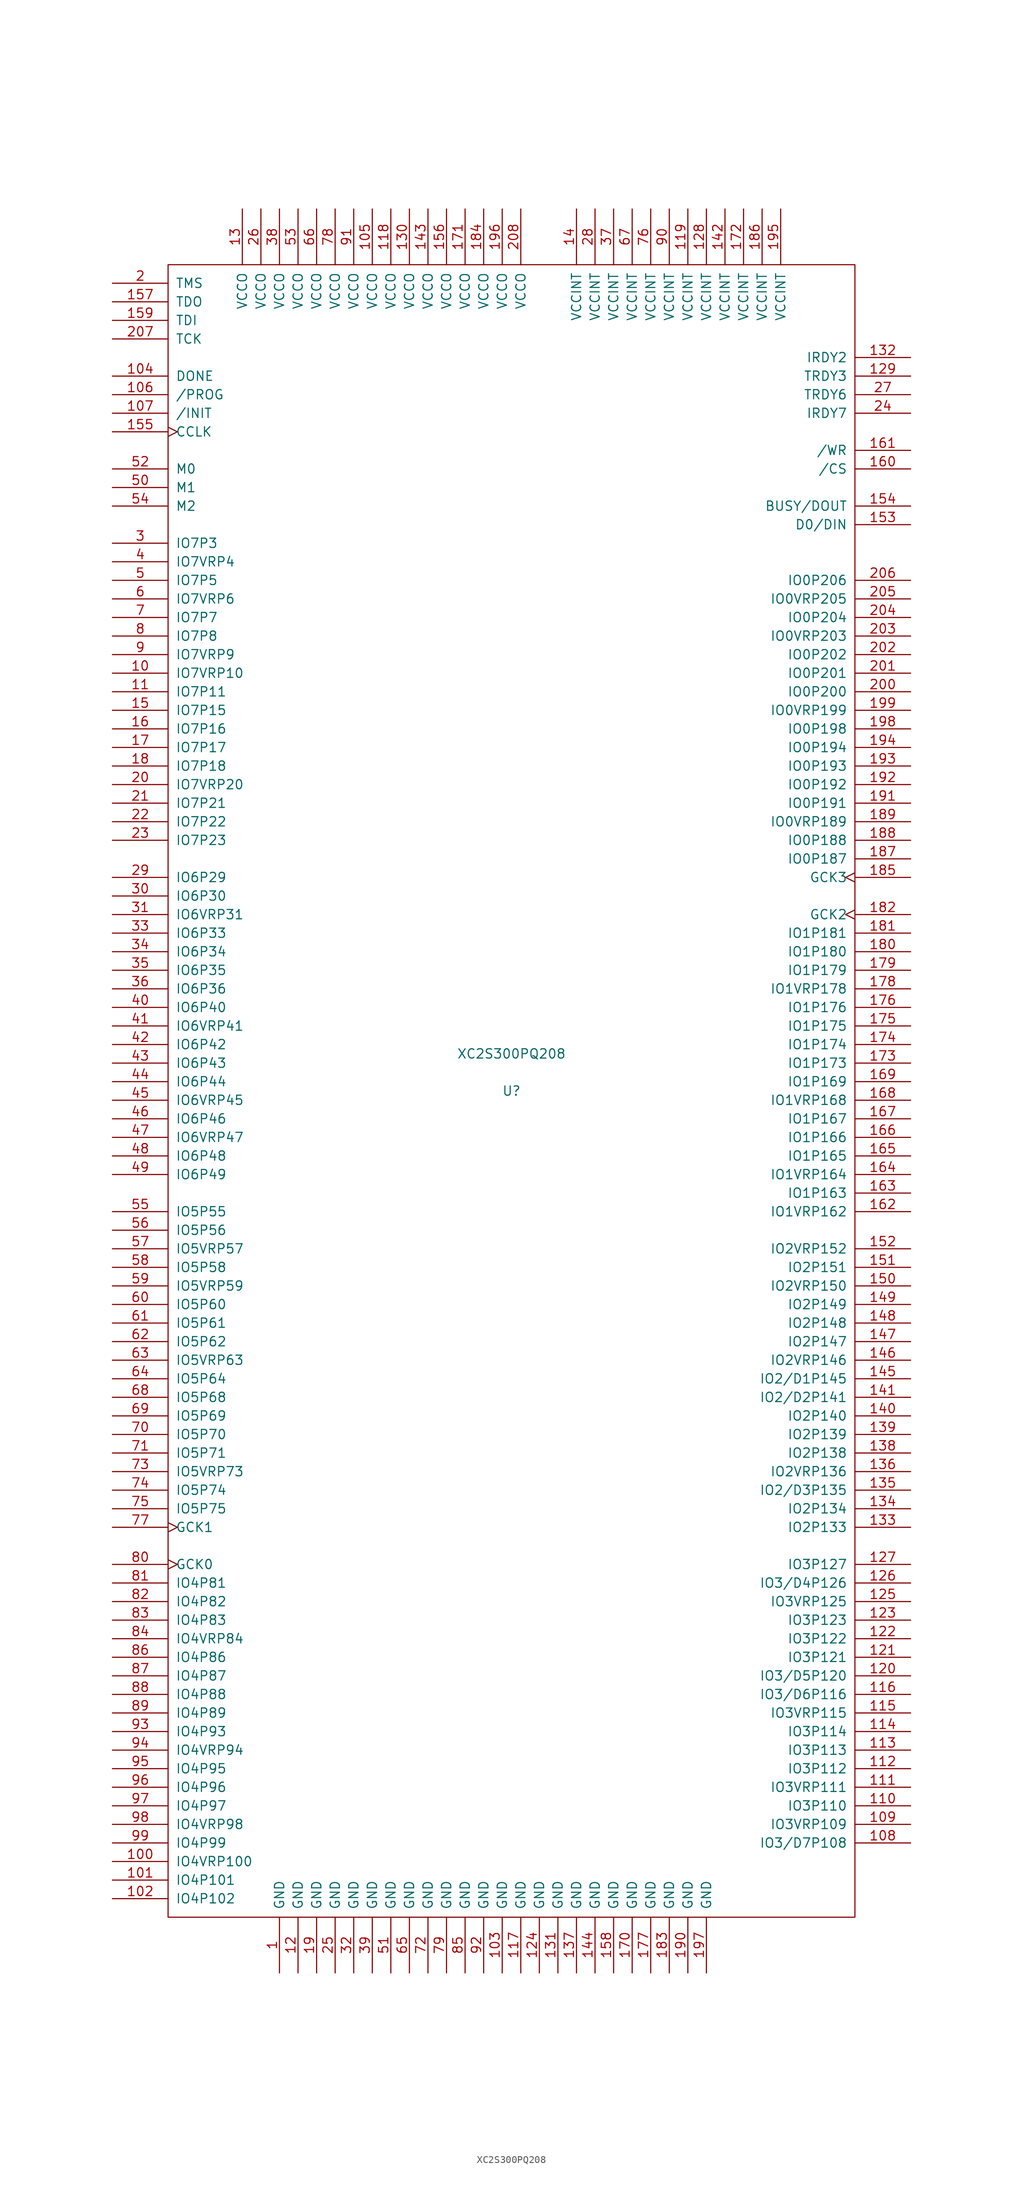
<source format=kicad_sym>
(kicad_symbol_lib
  (version 20201005)
  (generator kicad_symbol_editor)
  (symbol "XC2S300PQ208"
    (pin_names
      (offset 1.016))
    (property "Reference" "U"
      (at 0 0 0)
      (effects (font (size 1.27 1.27))))
    (property "Value" "XC2S300PQ208"
      (at 0 5.08 0)
      (effects (font (size 1.27 1.27))))
    (symbol "XC2S300PQ208_0_1"
      (rectangle (start -46.99 113.03) (end 46.99 -113.03) (stroke (width 0)) (fill (type none))))
    (symbol "XC2S300PQ208_1_1"
      (pin power_in line (at -31.75 -120.65 90) (length 7.62) (name "GND" (effects (font (size 1.27 1.27)))) (number "1" (effects (font (size 1.27 1.27)))))
      (pin bidirectional line (at -54.61 57.15 0) (length 7.62) (name "IO7VRP10" (effects (font (size 1.27 1.27)))) (number "10" (effects (font (size 1.27 1.27)))))
      (pin bidirectional line (at -54.61 -105.41 0) (length 7.62) (name "IO4VRP100" (effects (font (size 1.27 1.27)))) (number "100" (effects (font (size 1.27 1.27)))))
      (pin bidirectional line (at -54.61 -107.95 0) (length 7.62) (name "IO4P101" (effects (font (size 1.27 1.27)))) (number "101" (effects (font (size 1.27 1.27)))))
      (pin bidirectional line (at -54.61 -110.49 0) (length 7.62) (name "IO4P102" (effects (font (size 1.27 1.27)))) (number "102" (effects (font (size 1.27 1.27)))))
      (pin power_in line (at -1.27 -120.65 90) (length 7.62) (name "GND" (effects (font (size 1.27 1.27)))) (number "103" (effects (font (size 1.27 1.27)))))
      (pin bidirectional line (at -54.61 97.79 0) (length 7.62) (name "DONE" (effects (font (size 1.27 1.27)))) (number "104" (effects (font (size 1.27 1.27)))))
      (pin power_in line (at -19.05 120.65 270) (length 7.62) (name "VCCO" (effects (font (size 1.27 1.27)))) (number "105" (effects (font (size 1.27 1.27)))))
      (pin input line (at -54.61 95.25 0) (length 7.62) (name "/PROG" (effects (font (size 1.27 1.27)))) (number "106" (effects (font (size 1.27 1.27)))))
      (pin bidirectional line (at -54.61 92.71 0) (length 7.62) (name "/INIT" (effects (font (size 1.27 1.27)))) (number "107" (effects (font (size 1.27 1.27)))))
      (pin bidirectional line (at 54.61 -102.87 180) (length 7.62) (name "IO3/D7P108" (effects (font (size 1.27 1.27)))) (number "108" (effects (font (size 1.27 1.27)))))
      (pin bidirectional line (at 54.61 -100.33 180) (length 7.62) (name "IO3VRP109" (effects (font (size 1.27 1.27)))) (number "109" (effects (font (size 1.27 1.27)))))
      (pin bidirectional line (at -54.61 54.61 0) (length 7.62) (name "IO7P11" (effects (font (size 1.27 1.27)))) (number "11" (effects (font (size 1.27 1.27)))))
      (pin bidirectional line (at 54.61 -97.79 180) (length 7.62) (name "IO3P110" (effects (font (size 1.27 1.27)))) (number "110" (effects (font (size 1.27 1.27)))))
      (pin bidirectional line (at 54.61 -95.25 180) (length 7.62) (name "IO3VRP111" (effects (font (size 1.27 1.27)))) (number "111" (effects (font (size 1.27 1.27)))))
      (pin bidirectional line (at 54.61 -92.71 180) (length 7.62) (name "IO3P112" (effects (font (size 1.27 1.27)))) (number "112" (effects (font (size 1.27 1.27)))))
      (pin bidirectional line (at 54.61 -90.17 180) (length 7.62) (name "IO3P113" (effects (font (size 1.27 1.27)))) (number "113" (effects (font (size 1.27 1.27)))))
      (pin bidirectional line (at 54.61 -87.63 180) (length 7.62) (name "IO3P114" (effects (font (size 1.27 1.27)))) (number "114" (effects (font (size 1.27 1.27)))))
      (pin bidirectional line (at 54.61 -85.09 180) (length 7.62) (name "IO3VRP115" (effects (font (size 1.27 1.27)))) (number "115" (effects (font (size 1.27 1.27)))))
      (pin bidirectional line (at 54.61 -82.55 180) (length 7.62) (name "IO3/D6P116" (effects (font (size 1.27 1.27)))) (number "116" (effects (font (size 1.27 1.27)))))
      (pin power_in line (at 1.27 -120.65 90) (length 7.62) (name "GND" (effects (font (size 1.27 1.27)))) (number "117" (effects (font (size 1.27 1.27)))))
      (pin power_in line (at -16.51 120.65 270) (length 7.62) (name "VCCO" (effects (font (size 1.27 1.27)))) (number "118" (effects (font (size 1.27 1.27)))))
      (pin power_in line (at 24.13 120.65 270) (length 7.62) (name "VCCINT" (effects (font (size 1.27 1.27)))) (number "119" (effects (font (size 1.27 1.27)))))
      (pin power_in line (at -29.21 -120.65 90) (length 7.62) (name "GND" (effects (font (size 1.27 1.27)))) (number "12" (effects (font (size 1.27 1.27)))))
      (pin bidirectional line (at 54.61 -80.01 180) (length 7.62) (name "IO3/D5P120" (effects (font (size 1.27 1.27)))) (number "120" (effects (font (size 1.27 1.27)))))
      (pin bidirectional line (at 54.61 -77.47 180) (length 7.62) (name "IO3P121" (effects (font (size 1.27 1.27)))) (number "121" (effects (font (size 1.27 1.27)))))
      (pin bidirectional line (at 54.61 -74.93 180) (length 7.62) (name "IO3P122" (effects (font (size 1.27 1.27)))) (number "122" (effects (font (size 1.27 1.27)))))
      (pin bidirectional line (at 54.61 -72.39 180) (length 7.62) (name "IO3P123" (effects (font (size 1.27 1.27)))) (number "123" (effects (font (size 1.27 1.27)))))
      (pin power_in line (at 3.81 -120.65 90) (length 7.62) (name "GND" (effects (font (size 1.27 1.27)))) (number "124" (effects (font (size 1.27 1.27)))))
      (pin bidirectional line (at 54.61 -69.85 180) (length 7.62) (name "IO3VRP125" (effects (font (size 1.27 1.27)))) (number "125" (effects (font (size 1.27 1.27)))))
      (pin bidirectional line (at 54.61 -67.31 180) (length 7.62) (name "IO3/D4P126" (effects (font (size 1.27 1.27)))) (number "126" (effects (font (size 1.27 1.27)))))
      (pin bidirectional line (at 54.61 -64.77 180) (length 7.62) (name "IO3P127" (effects (font (size 1.27 1.27)))) (number "127" (effects (font (size 1.27 1.27)))))
      (pin power_in line (at 26.67 120.65 270) (length 7.62) (name "VCCINT" (effects (font (size 1.27 1.27)))) (number "128" (effects (font (size 1.27 1.27)))))
      (pin bidirectional line (at 54.61 97.79 180) (length 7.62) (name "TRDY3" (effects (font (size 1.27 1.27)))) (number "129" (effects (font (size 1.27 1.27)))))
      (pin power_in line (at -36.83 120.65 270) (length 7.62) (name "VCCO" (effects (font (size 1.27 1.27)))) (number "13" (effects (font (size 1.27 1.27)))))
      (pin power_in line (at -13.97 120.65 270) (length 7.62) (name "VCCO" (effects (font (size 1.27 1.27)))) (number "130" (effects (font (size 1.27 1.27)))))
      (pin power_in line (at 6.35 -120.65 90) (length 7.62) (name "GND" (effects (font (size 1.27 1.27)))) (number "131" (effects (font (size 1.27 1.27)))))
      (pin bidirectional line (at 54.61 100.33 180) (length 7.62) (name "IRDY2" (effects (font (size 1.27 1.27)))) (number "132" (effects (font (size 1.27 1.27)))))
      (pin bidirectional line (at 54.61 -59.69 180) (length 7.62) (name "IO2P133" (effects (font (size 1.27 1.27)))) (number "133" (effects (font (size 1.27 1.27)))))
      (pin bidirectional line (at 54.61 -57.15 180) (length 7.62) (name "IO2P134" (effects (font (size 1.27 1.27)))) (number "134" (effects (font (size 1.27 1.27)))))
      (pin bidirectional line (at 54.61 -54.61 180) (length 7.62) (name "IO2/D3P135" (effects (font (size 1.27 1.27)))) (number "135" (effects (font (size 1.27 1.27)))))
      (pin bidirectional line (at 54.61 -52.07 180) (length 7.62) (name "IO2VRP136" (effects (font (size 1.27 1.27)))) (number "136" (effects (font (size 1.27 1.27)))))
      (pin power_in line (at 8.89 -120.65 90) (length 7.62) (name "GND" (effects (font (size 1.27 1.27)))) (number "137" (effects (font (size 1.27 1.27)))))
      (pin bidirectional line (at 54.61 -49.53 180) (length 7.62) (name "IO2P138" (effects (font (size 1.27 1.27)))) (number "138" (effects (font (size 1.27 1.27)))))
      (pin bidirectional line (at 54.61 -46.99 180) (length 7.62) (name "IO2P139" (effects (font (size 1.27 1.27)))) (number "139" (effects (font (size 1.27 1.27)))))
      (pin power_in line (at 8.89 120.65 270) (length 7.62) (name "VCCINT" (effects (font (size 1.27 1.27)))) (number "14" (effects (font (size 1.27 1.27)))))
      (pin bidirectional line (at 54.61 -44.45 180) (length 7.62) (name "IO2P140" (effects (font (size 1.27 1.27)))) (number "140" (effects (font (size 1.27 1.27)))))
      (pin bidirectional line (at 54.61 -41.91 180) (length 7.62) (name "IO2/D2P141" (effects (font (size 1.27 1.27)))) (number "141" (effects (font (size 1.27 1.27)))))
      (pin power_in line (at 29.21 120.65 270) (length 7.62) (name "VCCINT" (effects (font (size 1.27 1.27)))) (number "142" (effects (font (size 1.27 1.27)))))
      (pin power_in line (at -11.43 120.65 270) (length 7.62) (name "VCCO" (effects (font (size 1.27 1.27)))) (number "143" (effects (font (size 1.27 1.27)))))
      (pin power_in line (at 11.43 -120.65 90) (length 7.62) (name "GND" (effects (font (size 1.27 1.27)))) (number "144" (effects (font (size 1.27 1.27)))))
      (pin bidirectional line (at 54.61 -39.37 180) (length 7.62) (name "IO2/D1P145" (effects (font (size 1.27 1.27)))) (number "145" (effects (font (size 1.27 1.27)))))
      (pin bidirectional line (at 54.61 -36.83 180) (length 7.62) (name "IO2VRP146" (effects (font (size 1.27 1.27)))) (number "146" (effects (font (size 1.27 1.27)))))
      (pin bidirectional line (at 54.61 -34.29 180) (length 7.62) (name "IO2P147" (effects (font (size 1.27 1.27)))) (number "147" (effects (font (size 1.27 1.27)))))
      (pin bidirectional line (at 54.61 -31.75 180) (length 7.62) (name "IO2P148" (effects (font (size 1.27 1.27)))) (number "148" (effects (font (size 1.27 1.27)))))
      (pin bidirectional line (at 54.61 -29.21 180) (length 7.62) (name "IO2P149" (effects (font (size 1.27 1.27)))) (number "149" (effects (font (size 1.27 1.27)))))
      (pin bidirectional line (at -54.61 52.07 0) (length 7.62) (name "IO7P15" (effects (font (size 1.27 1.27)))) (number "15" (effects (font (size 1.27 1.27)))))
      (pin bidirectional line (at 54.61 -26.67 180) (length 7.62) (name "IO2VRP150" (effects (font (size 1.27 1.27)))) (number "150" (effects (font (size 1.27 1.27)))))
      (pin bidirectional line (at 54.61 -24.13 180) (length 7.62) (name "IO2P151" (effects (font (size 1.27 1.27)))) (number "151" (effects (font (size 1.27 1.27)))))
      (pin bidirectional line (at 54.61 -21.59 180) (length 7.62) (name "IO2VRP152" (effects (font (size 1.27 1.27)))) (number "152" (effects (font (size 1.27 1.27)))))
      (pin bidirectional line (at 54.61 77.47 180) (length 7.62) (name "D0/DIN" (effects (font (size 1.27 1.27)))) (number "153" (effects (font (size 1.27 1.27)))))
      (pin bidirectional line (at 54.61 80.01 180) (length 7.62) (name "BUSY/DOUT" (effects (font (size 1.27 1.27)))) (number "154" (effects (font (size 1.27 1.27)))))
      (pin bidirectional clock (at -54.61 90.17 0) (length 7.62) (name "CCLK" (effects (font (size 1.27 1.27)))) (number "155" (effects (font (size 1.27 1.27)))))
      (pin power_in line (at -8.89 120.65 270) (length 7.62) (name "VCCO" (effects (font (size 1.27 1.27)))) (number "156" (effects (font (size 1.27 1.27)))))
      (pin bidirectional line (at -54.61 107.95 0) (length 7.62) (name "TDO" (effects (font (size 1.27 1.27)))) (number "157" (effects (font (size 1.27 1.27)))))
      (pin power_in line (at 13.97 -120.65 90) (length 7.62) (name "GND" (effects (font (size 1.27 1.27)))) (number "158" (effects (font (size 1.27 1.27)))))
      (pin bidirectional line (at -54.61 105.41 0) (length 7.62) (name "TDI" (effects (font (size 1.27 1.27)))) (number "159" (effects (font (size 1.27 1.27)))))
      (pin bidirectional line (at -54.61 49.53 0) (length 7.62) (name "IO7P16" (effects (font (size 1.27 1.27)))) (number "16" (effects (font (size 1.27 1.27)))))
      (pin bidirectional line (at 54.61 85.09 180) (length 7.62) (name "/CS" (effects (font (size 1.27 1.27)))) (number "160" (effects (font (size 1.27 1.27)))))
      (pin bidirectional line (at 54.61 87.63 180) (length 7.62) (name "/WR" (effects (font (size 1.27 1.27)))) (number "161" (effects (font (size 1.27 1.27)))))
      (pin bidirectional line (at 54.61 -16.51 180) (length 7.62) (name "IO1VRP162" (effects (font (size 1.27 1.27)))) (number "162" (effects (font (size 1.27 1.27)))))
      (pin bidirectional line (at 54.61 -13.97 180) (length 7.62) (name "IO1P163" (effects (font (size 1.27 1.27)))) (number "163" (effects (font (size 1.27 1.27)))))
      (pin bidirectional line (at 54.61 -11.43 180) (length 7.62) (name "IO1VRP164" (effects (font (size 1.27 1.27)))) (number "164" (effects (font (size 1.27 1.27)))))
      (pin bidirectional line (at 54.61 -8.89 180) (length 7.62) (name "IO1P165" (effects (font (size 1.27 1.27)))) (number "165" (effects (font (size 1.27 1.27)))))
      (pin bidirectional line (at 54.61 -6.35 180) (length 7.62) (name "IO1P166" (effects (font (size 1.27 1.27)))) (number "166" (effects (font (size 1.27 1.27)))))
      (pin bidirectional line (at 54.61 -3.81 180) (length 7.62) (name "IO1P167" (effects (font (size 1.27 1.27)))) (number "167" (effects (font (size 1.27 1.27)))))
      (pin bidirectional line (at 54.61 -1.27 180) (length 7.62) (name "IO1VRP168" (effects (font (size 1.27 1.27)))) (number "168" (effects (font (size 1.27 1.27)))))
      (pin bidirectional line (at 54.61 1.27 180) (length 7.62) (name "IO1P169" (effects (font (size 1.27 1.27)))) (number "169" (effects (font (size 1.27 1.27)))))
      (pin bidirectional line (at -54.61 46.99 0) (length 7.62) (name "IO7P17" (effects (font (size 1.27 1.27)))) (number "17" (effects (font (size 1.27 1.27)))))
      (pin power_in line (at 16.51 -120.65 90) (length 7.62) (name "GND" (effects (font (size 1.27 1.27)))) (number "170" (effects (font (size 1.27 1.27)))))
      (pin passive line (at -6.35 120.65 270) (length 7.62) (name "VCCO" (effects (font (size 1.27 1.27)))) (number "171" (effects (font (size 1.27 1.27)))))
      (pin power_in line (at 31.75 120.65 270) (length 7.62) (name "VCCINT" (effects (font (size 1.27 1.27)))) (number "172" (effects (font (size 1.27 1.27)))))
      (pin bidirectional line (at 54.61 3.81 180) (length 7.62) (name "IO1P173" (effects (font (size 1.27 1.27)))) (number "173" (effects (font (size 1.27 1.27)))))
      (pin bidirectional line (at 54.61 6.35 180) (length 7.62) (name "IO1P174" (effects (font (size 1.27 1.27)))) (number "174" (effects (font (size 1.27 1.27)))))
      (pin bidirectional line (at 54.61 8.89 180) (length 7.62) (name "IO1P175" (effects (font (size 1.27 1.27)))) (number "175" (effects (font (size 1.27 1.27)))))
      (pin bidirectional line (at 54.61 11.43 180) (length 7.62) (name "IO1P176" (effects (font (size 1.27 1.27)))) (number "176" (effects (font (size 1.27 1.27)))))
      (pin power_in line (at 19.05 -120.65 90) (length 7.62) (name "GND" (effects (font (size 1.27 1.27)))) (number "177" (effects (font (size 1.27 1.27)))))
      (pin bidirectional line (at 54.61 13.97 180) (length 7.62) (name "IO1VRP178" (effects (font (size 1.27 1.27)))) (number "178" (effects (font (size 1.27 1.27)))))
      (pin bidirectional line (at 54.61 16.51 180) (length 7.62) (name "IO1P179" (effects (font (size 1.27 1.27)))) (number "179" (effects (font (size 1.27 1.27)))))
      (pin bidirectional line (at -54.61 44.45 0) (length 7.62) (name "IO7P18" (effects (font (size 1.27 1.27)))) (number "18" (effects (font (size 1.27 1.27)))))
      (pin bidirectional line (at 54.61 19.05 180) (length 7.62) (name "IO1P180" (effects (font (size 1.27 1.27)))) (number "180" (effects (font (size 1.27 1.27)))))
      (pin bidirectional line (at 54.61 21.59 180) (length 7.62) (name "IO1P181" (effects (font (size 1.27 1.27)))) (number "181" (effects (font (size 1.27 1.27)))))
      (pin input clock (at 54.61 24.13 180) (length 7.62) (name "GCK2" (effects (font (size 1.27 1.27)))) (number "182" (effects (font (size 1.27 1.27)))))
      (pin power_in line (at 21.59 -120.65 90) (length 7.62) (name "GND" (effects (font (size 1.27 1.27)))) (number "183" (effects (font (size 1.27 1.27)))))
      (pin power_in line (at -3.81 120.65 270) (length 7.62) (name "VCCO" (effects (font (size 1.27 1.27)))) (number "184" (effects (font (size 1.27 1.27)))))
      (pin input clock (at 54.61 29.21 180) (length 7.62) (name "GCK3" (effects (font (size 1.27 1.27)))) (number "185" (effects (font (size 1.27 1.27)))))
      (pin power_in line (at 34.29 120.65 270) (length 7.62) (name "VCCINT" (effects (font (size 1.27 1.27)))) (number "186" (effects (font (size 1.27 1.27)))))
      (pin bidirectional line (at 54.61 31.75 180) (length 7.62) (name "IO0P187" (effects (font (size 1.27 1.27)))) (number "187" (effects (font (size 1.27 1.27)))))
      (pin bidirectional line (at 54.61 34.29 180) (length 7.62) (name "IO0P188" (effects (font (size 1.27 1.27)))) (number "188" (effects (font (size 1.27 1.27)))))
      (pin bidirectional line (at 54.61 36.83 180) (length 7.62) (name "IO0VRP189" (effects (font (size 1.27 1.27)))) (number "189" (effects (font (size 1.27 1.27)))))
      (pin power_in line (at -26.67 -120.65 90) (length 7.62) (name "GND" (effects (font (size 1.27 1.27)))) (number "19" (effects (font (size 1.27 1.27)))))
      (pin power_in line (at 24.13 -120.65 90) (length 7.62) (name "GND" (effects (font (size 1.27 1.27)))) (number "190" (effects (font (size 1.27 1.27)))))
      (pin bidirectional line (at 54.61 39.37 180) (length 7.62) (name "IO0P191" (effects (font (size 1.27 1.27)))) (number "191" (effects (font (size 1.27 1.27)))))
      (pin bidirectional line (at 54.61 41.91 180) (length 7.62) (name "IO0P192" (effects (font (size 1.27 1.27)))) (number "192" (effects (font (size 1.27 1.27)))))
      (pin bidirectional line (at 54.61 44.45 180) (length 7.62) (name "IO0P193" (effects (font (size 1.27 1.27)))) (number "193" (effects (font (size 1.27 1.27)))))
      (pin bidirectional line (at 54.61 46.99 180) (length 7.62) (name "IO0P194" (effects (font (size 1.27 1.27)))) (number "194" (effects (font (size 1.27 1.27)))))
      (pin power_in line (at 36.83 120.65 270) (length 7.62) (name "VCCINT" (effects (font (size 1.27 1.27)))) (number "195" (effects (font (size 1.27 1.27)))))
      (pin power_in line (at -1.27 120.65 270) (length 7.62) (name "VCCO" (effects (font (size 1.27 1.27)))) (number "196" (effects (font (size 1.27 1.27)))))
      (pin power_in line (at 26.67 -120.65 90) (length 7.62) (name "GND" (effects (font (size 1.27 1.27)))) (number "197" (effects (font (size 1.27 1.27)))))
      (pin bidirectional line (at 54.61 49.53 180) (length 7.62) (name "IO0P198" (effects (font (size 1.27 1.27)))) (number "198" (effects (font (size 1.27 1.27)))))
      (pin bidirectional line (at 54.61 52.07 180) (length 7.62) (name "IO0VRP199" (effects (font (size 1.27 1.27)))) (number "199" (effects (font (size 1.27 1.27)))))
      (pin bidirectional line (at -54.61 110.49 0) (length 7.62) (name "TMS" (effects (font (size 1.27 1.27)))) (number "2" (effects (font (size 1.27 1.27)))))
      (pin bidirectional line (at -54.61 41.91 0) (length 7.62) (name "IO7VRP20" (effects (font (size 1.27 1.27)))) (number "20" (effects (font (size 1.27 1.27)))))
      (pin bidirectional line (at 54.61 54.61 180) (length 7.62) (name "IO0P200" (effects (font (size 1.27 1.27)))) (number "200" (effects (font (size 1.27 1.27)))))
      (pin bidirectional line (at 54.61 57.15 180) (length 7.62) (name "IO0P201" (effects (font (size 1.27 1.27)))) (number "201" (effects (font (size 1.27 1.27)))))
      (pin bidirectional line (at 54.61 59.69 180) (length 7.62) (name "IO0P202" (effects (font (size 1.27 1.27)))) (number "202" (effects (font (size 1.27 1.27)))))
      (pin bidirectional line (at 54.61 62.23 180) (length 7.62) (name "IO0VRP203" (effects (font (size 1.27 1.27)))) (number "203" (effects (font (size 1.27 1.27)))))
      (pin bidirectional line (at 54.61 64.77 180) (length 7.62) (name "IO0P204" (effects (font (size 1.27 1.27)))) (number "204" (effects (font (size 1.27 1.27)))))
      (pin bidirectional line (at 54.61 67.31 180) (length 7.62) (name "IO0VRP205" (effects (font (size 1.27 1.27)))) (number "205" (effects (font (size 1.27 1.27)))))
      (pin bidirectional line (at 54.61 69.85 180) (length 7.62) (name "IO0P206" (effects (font (size 1.27 1.27)))) (number "206" (effects (font (size 1.27 1.27)))))
      (pin bidirectional line (at -54.61 102.87 0) (length 7.62) (name "TCK" (effects (font (size 1.27 1.27)))) (number "207" (effects (font (size 1.27 1.27)))))
      (pin power_in line (at 1.27 120.65 270) (length 7.62) (name "VCCO" (effects (font (size 1.27 1.27)))) (number "208" (effects (font (size 1.27 1.27)))))
      (pin bidirectional line (at -54.61 39.37 0) (length 7.62) (name "IO7P21" (effects (font (size 1.27 1.27)))) (number "21" (effects (font (size 1.27 1.27)))))
      (pin bidirectional line (at -54.61 36.83 0) (length 7.62) (name "IO7P22" (effects (font (size 1.27 1.27)))) (number "22" (effects (font (size 1.27 1.27)))))
      (pin bidirectional line (at -54.61 34.29 0) (length 7.62) (name "IO7P23" (effects (font (size 1.27 1.27)))) (number "23" (effects (font (size 1.27 1.27)))))
      (pin bidirectional line (at 54.61 92.71 180) (length 7.62) (name "IRDY7" (effects (font (size 1.27 1.27)))) (number "24" (effects (font (size 1.27 1.27)))))
      (pin power_in line (at -24.13 -120.65 90) (length 7.62) (name "GND" (effects (font (size 1.27 1.27)))) (number "25" (effects (font (size 1.27 1.27)))))
      (pin power_in line (at -34.29 120.65 270) (length 7.62) (name "VCCO" (effects (font (size 1.27 1.27)))) (number "26" (effects (font (size 1.27 1.27)))))
      (pin bidirectional line (at 54.61 95.25 180) (length 7.62) (name "TRDY6" (effects (font (size 1.27 1.27)))) (number "27" (effects (font (size 1.27 1.27)))))
      (pin power_in line (at 11.43 120.65 270) (length 7.62) (name "VCCINT" (effects (font (size 1.27 1.27)))) (number "28" (effects (font (size 1.27 1.27)))))
      (pin bidirectional line (at -54.61 29.21 0) (length 7.62) (name "IO6P29" (effects (font (size 1.27 1.27)))) (number "29" (effects (font (size 1.27 1.27)))))
      (pin bidirectional line (at -54.61 74.93 0) (length 7.62) (name "IO7P3" (effects (font (size 1.27 1.27)))) (number "3" (effects (font (size 1.27 1.27)))))
      (pin bidirectional line (at -54.61 26.67 0) (length 7.62) (name "IO6P30" (effects (font (size 1.27 1.27)))) (number "30" (effects (font (size 1.27 1.27)))))
      (pin bidirectional line (at -54.61 24.13 0) (length 7.62) (name "IO6VRP31" (effects (font (size 1.27 1.27)))) (number "31" (effects (font (size 1.27 1.27)))))
      (pin power_in line (at -21.59 -120.65 90) (length 7.62) (name "GND" (effects (font (size 1.27 1.27)))) (number "32" (effects (font (size 1.27 1.27)))))
      (pin bidirectional line (at -54.61 21.59 0) (length 7.62) (name "IO6P33" (effects (font (size 1.27 1.27)))) (number "33" (effects (font (size 1.27 1.27)))))
      (pin bidirectional line (at -54.61 19.05 0) (length 7.62) (name "IO6P34" (effects (font (size 1.27 1.27)))) (number "34" (effects (font (size 1.27 1.27)))))
      (pin bidirectional line (at -54.61 16.51 0) (length 7.62) (name "IO6P35" (effects (font (size 1.27 1.27)))) (number "35" (effects (font (size 1.27 1.27)))))
      (pin bidirectional line (at -54.61 13.97 0) (length 7.62) (name "IO6P36" (effects (font (size 1.27 1.27)))) (number "36" (effects (font (size 1.27 1.27)))))
      (pin power_in line (at 13.97 120.65 270) (length 7.62) (name "VCCINT" (effects (font (size 1.27 1.27)))) (number "37" (effects (font (size 1.27 1.27)))))
      (pin power_in line (at -31.75 120.65 270) (length 7.62) (name "VCCO" (effects (font (size 1.27 1.27)))) (number "38" (effects (font (size 1.27 1.27)))))
      (pin power_in line (at -19.05 -120.65 90) (length 7.62) (name "GND" (effects (font (size 1.27 1.27)))) (number "39" (effects (font (size 1.27 1.27)))))
      (pin bidirectional line (at -54.61 72.39 0) (length 7.62) (name "IO7VRP4" (effects (font (size 1.27 1.27)))) (number "4" (effects (font (size 1.27 1.27)))))
      (pin bidirectional line (at -54.61 11.43 0) (length 7.62) (name "IO6P40" (effects (font (size 1.27 1.27)))) (number "40" (effects (font (size 1.27 1.27)))))
      (pin bidirectional line (at -54.61 8.89 0) (length 7.62) (name "IO6VRP41" (effects (font (size 1.27 1.27)))) (number "41" (effects (font (size 1.27 1.27)))))
      (pin bidirectional line (at -54.61 6.35 0) (length 7.62) (name "IO6P42" (effects (font (size 1.27 1.27)))) (number "42" (effects (font (size 1.27 1.27)))))
      (pin bidirectional line (at -54.61 3.81 0) (length 7.62) (name "IO6P43" (effects (font (size 1.27 1.27)))) (number "43" (effects (font (size 1.27 1.27)))))
      (pin bidirectional line (at -54.61 1.27 0) (length 7.62) (name "IO6P44" (effects (font (size 1.27 1.27)))) (number "44" (effects (font (size 1.27 1.27)))))
      (pin bidirectional line (at -54.61 -1.27 0) (length 7.62) (name "IO6VRP45" (effects (font (size 1.27 1.27)))) (number "45" (effects (font (size 1.27 1.27)))))
      (pin bidirectional line (at -54.61 -3.81 0) (length 7.62) (name "IO6P46" (effects (font (size 1.27 1.27)))) (number "46" (effects (font (size 1.27 1.27)))))
      (pin bidirectional line (at -54.61 -6.35 0) (length 7.62) (name "IO6VRP47" (effects (font (size 1.27 1.27)))) (number "47" (effects (font (size 1.27 1.27)))))
      (pin bidirectional line (at -54.61 -8.89 0) (length 7.62) (name "IO6P48" (effects (font (size 1.27 1.27)))) (number "48" (effects (font (size 1.27 1.27)))))
      (pin bidirectional line (at -54.61 -11.43 0) (length 7.62) (name "IO6P49" (effects (font (size 1.27 1.27)))) (number "49" (effects (font (size 1.27 1.27)))))
      (pin bidirectional line (at -54.61 69.85 0) (length 7.62) (name "IO7P5" (effects (font (size 1.27 1.27)))) (number "5" (effects (font (size 1.27 1.27)))))
      (pin input line (at -54.61 82.55 0) (length 7.62) (name "M1" (effects (font (size 1.27 1.27)))) (number "50" (effects (font (size 1.27 1.27)))))
      (pin power_in line (at -16.51 -120.65 90) (length 7.62) (name "GND" (effects (font (size 1.27 1.27)))) (number "51" (effects (font (size 1.27 1.27)))))
      (pin input line (at -54.61 85.09 0) (length 7.62) (name "M0" (effects (font (size 1.27 1.27)))) (number "52" (effects (font (size 1.27 1.27)))))
      (pin power_in line (at -29.21 120.65 270) (length 7.62) (name "VCCO" (effects (font (size 1.27 1.27)))) (number "53" (effects (font (size 1.27 1.27)))))
      (pin input line (at -54.61 80.01 0) (length 7.62) (name "M2" (effects (font (size 1.27 1.27)))) (number "54" (effects (font (size 1.27 1.27)))))
      (pin bidirectional line (at -54.61 -16.51 0) (length 7.62) (name "IO5P55" (effects (font (size 1.27 1.27)))) (number "55" (effects (font (size 1.27 1.27)))))
      (pin bidirectional line (at -54.61 -19.05 0) (length 7.62) (name "IO5P56" (effects (font (size 1.27 1.27)))) (number "56" (effects (font (size 1.27 1.27)))))
      (pin bidirectional line (at -54.61 -21.59 0) (length 7.62) (name "IO5VRP57" (effects (font (size 1.27 1.27)))) (number "57" (effects (font (size 1.27 1.27)))))
      (pin bidirectional line (at -54.61 -24.13 0) (length 7.62) (name "IO5P58" (effects (font (size 1.27 1.27)))) (number "58" (effects (font (size 1.27 1.27)))))
      (pin bidirectional line (at -54.61 -26.67 0) (length 7.62) (name "IO5VRP59" (effects (font (size 1.27 1.27)))) (number "59" (effects (font (size 1.27 1.27)))))
      (pin bidirectional line (at -54.61 67.31 0) (length 7.62) (name "IO7VRP6" (effects (font (size 1.27 1.27)))) (number "6" (effects (font (size 1.27 1.27)))))
      (pin bidirectional line (at -54.61 -29.21 0) (length 7.62) (name "IO5P60" (effects (font (size 1.27 1.27)))) (number "60" (effects (font (size 1.27 1.27)))))
      (pin bidirectional line (at -54.61 -31.75 0) (length 7.62) (name "IO5P61" (effects (font (size 1.27 1.27)))) (number "61" (effects (font (size 1.27 1.27)))))
      (pin bidirectional line (at -54.61 -34.29 0) (length 7.62) (name "IO5P62" (effects (font (size 1.27 1.27)))) (number "62" (effects (font (size 1.27 1.27)))))
      (pin bidirectional line (at -54.61 -36.83 0) (length 7.62) (name "IO5VRP63" (effects (font (size 1.27 1.27)))) (number "63" (effects (font (size 1.27 1.27)))))
      (pin bidirectional line (at -54.61 -39.37 0) (length 7.62) (name "IO5P64" (effects (font (size 1.27 1.27)))) (number "64" (effects (font (size 1.27 1.27)))))
      (pin power_in line (at -13.97 -120.65 90) (length 7.62) (name "GND" (effects (font (size 1.27 1.27)))) (number "65" (effects (font (size 1.27 1.27)))))
      (pin power_in line (at -26.67 120.65 270) (length 7.62) (name "VCCO" (effects (font (size 1.27 1.27)))) (number "66" (effects (font (size 1.27 1.27)))))
      (pin power_in line (at 16.51 120.65 270) (length 7.62) (name "VCCINT" (effects (font (size 1.27 1.27)))) (number "67" (effects (font (size 1.27 1.27)))))
      (pin bidirectional line (at -54.61 -41.91 0) (length 7.62) (name "IO5P68" (effects (font (size 1.27 1.27)))) (number "68" (effects (font (size 1.27 1.27)))))
      (pin bidirectional line (at -54.61 -44.45 0) (length 7.62) (name "IO5P69" (effects (font (size 1.27 1.27)))) (number "69" (effects (font (size 1.27 1.27)))))
      (pin bidirectional line (at -54.61 64.77 0) (length 7.62) (name "IO7P7" (effects (font (size 1.27 1.27)))) (number "7" (effects (font (size 1.27 1.27)))))
      (pin bidirectional line (at -54.61 -46.99 0) (length 7.62) (name "IO5P70" (effects (font (size 1.27 1.27)))) (number "70" (effects (font (size 1.27 1.27)))))
      (pin bidirectional line (at -54.61 -49.53 0) (length 7.62) (name "IO5P71" (effects (font (size 1.27 1.27)))) (number "71" (effects (font (size 1.27 1.27)))))
      (pin power_in line (at -11.43 -120.65 90) (length 7.62) (name "GND" (effects (font (size 1.27 1.27)))) (number "72" (effects (font (size 1.27 1.27)))))
      (pin bidirectional line (at -54.61 -52.07 0) (length 7.62) (name "IO5VRP73" (effects (font (size 1.27 1.27)))) (number "73" (effects (font (size 1.27 1.27)))))
      (pin bidirectional line (at -54.61 -54.61 0) (length 7.62) (name "IO5P74" (effects (font (size 1.27 1.27)))) (number "74" (effects (font (size 1.27 1.27)))))
      (pin bidirectional line (at -54.61 -57.15 0) (length 7.62) (name "IO5P75" (effects (font (size 1.27 1.27)))) (number "75" (effects (font (size 1.27 1.27)))))
      (pin power_in line (at 19.05 120.65 270) (length 7.62) (name "VCCINT" (effects (font (size 1.27 1.27)))) (number "76" (effects (font (size 1.27 1.27)))))
      (pin input clock (at -54.61 -59.69 0) (length 7.62) (name "GCK1" (effects (font (size 1.27 1.27)))) (number "77" (effects (font (size 1.27 1.27)))))
      (pin power_in line (at -24.13 120.65 270) (length 7.62) (name "VCCO" (effects (font (size 1.27 1.27)))) (number "78" (effects (font (size 1.27 1.27)))))
      (pin power_in line (at -8.89 -120.65 90) (length 7.62) (name "GND" (effects (font (size 1.27 1.27)))) (number "79" (effects (font (size 1.27 1.27)))))
      (pin bidirectional line (at -54.61 62.23 0) (length 7.62) (name "IO7P8" (effects (font (size 1.27 1.27)))) (number "8" (effects (font (size 1.27 1.27)))))
      (pin input clock (at -54.61 -64.77 0) (length 7.62) (name "GCK0" (effects (font (size 1.27 1.27)))) (number "80" (effects (font (size 1.27 1.27)))))
      (pin bidirectional line (at -54.61 -67.31 0) (length 7.62) (name "IO4P81" (effects (font (size 1.27 1.27)))) (number "81" (effects (font (size 1.27 1.27)))))
      (pin bidirectional line (at -54.61 -69.85 0) (length 7.62) (name "IO4P82" (effects (font (size 1.27 1.27)))) (number "82" (effects (font (size 1.27 1.27)))))
      (pin bidirectional line (at -54.61 -72.39 0) (length 7.62) (name "IO4P83" (effects (font (size 1.27 1.27)))) (number "83" (effects (font (size 1.27 1.27)))))
      (pin bidirectional line (at -54.61 -74.93 0) (length 7.62) (name "IO4VRP84" (effects (font (size 1.27 1.27)))) (number "84" (effects (font (size 1.27 1.27)))))
      (pin power_in line (at -6.35 -120.65 90) (length 7.62) (name "GND" (effects (font (size 1.27 1.27)))) (number "85" (effects (font (size 1.27 1.27)))))
      (pin bidirectional line (at -54.61 -77.47 0) (length 7.62) (name "IO4P86" (effects (font (size 1.27 1.27)))) (number "86" (effects (font (size 1.27 1.27)))))
      (pin bidirectional line (at -54.61 -80.01 0) (length 7.62) (name "IO4P87" (effects (font (size 1.27 1.27)))) (number "87" (effects (font (size 1.27 1.27)))))
      (pin bidirectional line (at -54.61 -82.55 0) (length 7.62) (name "IO4P88" (effects (font (size 1.27 1.27)))) (number "88" (effects (font (size 1.27 1.27)))))
      (pin bidirectional line (at -54.61 -85.09 0) (length 7.62) (name "IO4P89" (effects (font (size 1.27 1.27)))) (number "89" (effects (font (size 1.27 1.27)))))
      (pin bidirectional line (at -54.61 59.69 0) (length 7.62) (name "IO7VRP9" (effects (font (size 1.27 1.27)))) (number "9" (effects (font (size 1.27 1.27)))))
      (pin power_in line (at 21.59 120.65 270) (length 7.62) (name "VCCINT" (effects (font (size 1.27 1.27)))) (number "90" (effects (font (size 1.27 1.27)))))
      (pin power_in line (at -21.59 120.65 270) (length 7.62) (name "VCCO" (effects (font (size 1.27 1.27)))) (number "91" (effects (font (size 1.27 1.27)))))
      (pin power_in line (at -3.81 -120.65 90) (length 7.62) (name "GND" (effects (font (size 1.27 1.27)))) (number "92" (effects (font (size 1.27 1.27)))))
      (pin bidirectional line (at -54.61 -87.63 0) (length 7.62) (name "IO4P93" (effects (font (size 1.27 1.27)))) (number "93" (effects (font (size 1.27 1.27)))))
      (pin bidirectional line (at -54.61 -90.17 0) (length 7.62) (name "IO4VRP94" (effects (font (size 1.27 1.27)))) (number "94" (effects (font (size 1.27 1.27)))))
      (pin bidirectional line (at -54.61 -92.71 0) (length 7.62) (name "IO4P95" (effects (font (size 1.27 1.27)))) (number "95" (effects (font (size 1.27 1.27)))))
      (pin bidirectional line (at -54.61 -95.25 0) (length 7.62) (name "IO4P96" (effects (font (size 1.27 1.27)))) (number "96" (effects (font (size 1.27 1.27)))))
      (pin bidirectional line (at -54.61 -97.79 0) (length 7.62) (name "IO4P97" (effects (font (size 1.27 1.27)))) (number "97" (effects (font (size 1.27 1.27)))))
      (pin bidirectional line (at -54.61 -100.33 0) (length 7.62) (name "IO4VRP98" (effects (font (size 1.27 1.27)))) (number "98" (effects (font (size 1.27 1.27)))))
      (pin bidirectional line (at -54.61 -102.87 0) (length 7.62) (name "IO4P99" (effects (font (size 1.27 1.27)))) (number "99" (effects (font (size 1.27 1.27))))))))
</source>
